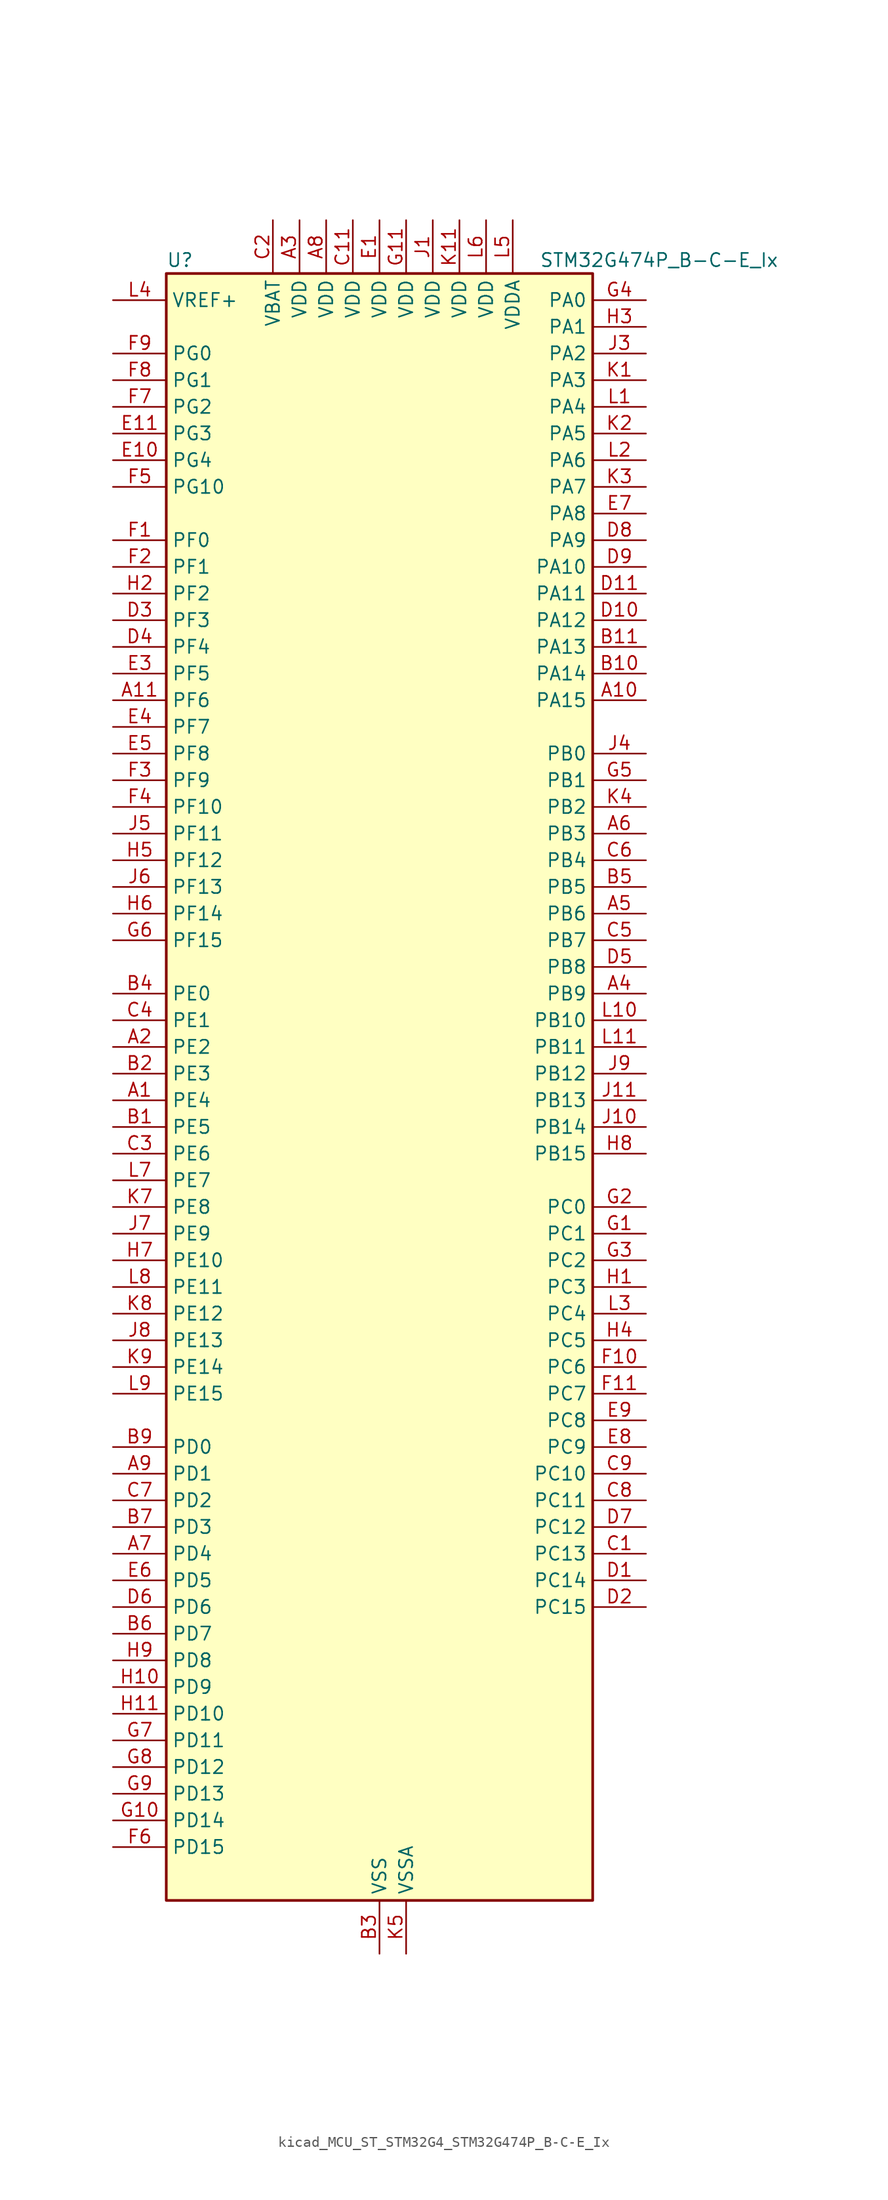
<source format=kicad_sym>
(kicad_symbol_lib
  (version 20220914)
  (generator kicad_symbol_editor)
  (symbol "kicad_MCU_ST_STM32G4_STM32G474P_B-C-E_Ix"
    (property "Reference" "U"
      (at -20.32 80.01 0)
      (effects (font (size 1.27 1.27)) (justify left)))
    (property "Value" "STM32G474P_B-C-E_Ix"
      (at 15.24 80.01 0)
      (effects (font (size 1.27 1.27)) (justify left)))
    (property "ki_locked" ""
      (at 0 0 0)
      (effects (font (size 1.27 1.27))))
    (symbol "kicad_MCU_ST_STM32G4_STM32G474P_B-C-E_Ix_0_1"
      (rectangle (start -20.32 -76.2) (end 20.32 78.74) (stroke (width 0.254) (type default)) (fill (type background))))
    (symbol "kicad_MCU_ST_STM32G4_STM32G474P_B-C-E_Ix_1_1"
      (pin bidirectional line (at -25.4 0 0) (length 5.08) (name "PE4" (effects (font (size 1.27 1.27)))) (number "A1" (effects (font (size 1.27 1.27)))) (alternate "FMC_A20" bidirectional line) (alternate "SAI1_D2" bidirectional line) (alternate "SAI1_FS_A" bidirectional line) (alternate "SPI4_NSS" bidirectional line) (alternate "SYS_TRACED1" bidirectional line) (alternate "TIM20_CH1N" bidirectional line) (alternate "TIM3_CH3" bidirectional line))
      (pin bidirectional line (at 25.4 38.1 180) (length 5.08) (name "PA15" (effects (font (size 1.27 1.27)))) (number "A10" (effects (font (size 1.27 1.27)))) (alternate "ADC1_EXTI15" bidirectional line) (alternate "ADC2_EXTI15" bidirectional line) (alternate "FDCAN3_TX" bidirectional line) (alternate "HRTIM1_FLT2" bidirectional line) (alternate "I2C1_SCL" bidirectional line) (alternate "I2S3_WS" bidirectional line) (alternate "SPI1_NSS" bidirectional line) (alternate "SPI3_NSS" bidirectional line) (alternate "SYS_JTDI" bidirectional line) (alternate "TIM1_BKIN" bidirectional line) (alternate "TIM2_CH1" bidirectional line) (alternate "TIM2_ETR" bidirectional line) (alternate "TIM8_CH1" bidirectional line) (alternate "UART4_DE" bidirectional line) (alternate "UART4_RTS" bidirectional line) (alternate "USART2_RX" bidirectional line))
      (pin bidirectional line (at -25.4 38.1 0) (length 5.08) (name "PF6" (effects (font (size 1.27 1.27)))) (number "A11" (effects (font (size 1.27 1.27)))) (alternate "I2C2_SCL" bidirectional line) (alternate "QUADSPI1_BK1_IO3" bidirectional line) (alternate "SAI1_SD_B" bidirectional line) (alternate "TIM4_CH4" bidirectional line) (alternate "TIM5_CH1" bidirectional line) (alternate "TIM5_ETR" bidirectional line) (alternate "USART3_RTS" bidirectional line))
      (pin bidirectional line (at -25.4 5.08 0) (length 5.08) (name "PE2" (effects (font (size 1.27 1.27)))) (number "A2" (effects (font (size 1.27 1.27)))) (alternate "ADC3_EXTI2" bidirectional line) (alternate "ADC4_EXTI2" bidirectional line) (alternate "ADC5_EXTI2" bidirectional line) (alternate "FMC_A23" bidirectional line) (alternate "SAI1_CK1" bidirectional line) (alternate "SAI1_MCLK_A" bidirectional line) (alternate "SPI4_SCK" bidirectional line) (alternate "SYS_TRACECLK" bidirectional line) (alternate "TIM20_CH1" bidirectional line) (alternate "TIM3_CH1" bidirectional line))
      (pin power_in line (at -7.62 83.82 270) (length 5.08) (name "VDD" (effects (font (size 1.27 1.27)))) (number "A3" (effects (font (size 1.27 1.27)))))
      (pin bidirectional line (at 25.4 10.16 180) (length 5.08) (name "PB9" (effects (font (size 1.27 1.27)))) (number "A4" (effects (font (size 1.27 1.27)))) (alternate "COMP2_OUT" bidirectional line) (alternate "DAC1_EXTI9" bidirectional line) (alternate "DAC2_EXTI9" bidirectional line) (alternate "DAC3_EXTI9" bidirectional line) (alternate "DAC4_EXTI9" bidirectional line) (alternate "FDCAN1_TX" bidirectional line) (alternate "HRTIM1_EEV5" bidirectional line) (alternate "I2C1_SDA" bidirectional line) (alternate "IR_OUT" bidirectional line) (alternate "SAI1_D2" bidirectional line) (alternate "SAI1_FS_A" bidirectional line) (alternate "TIM17_CH1" bidirectional line) (alternate "TIM1_CH3N" bidirectional line) (alternate "TIM4_CH4" bidirectional line) (alternate "TIM8_CH3" bidirectional line) (alternate "USART3_TX" bidirectional line))
      (pin bidirectional line (at 25.4 17.78 180) (length 5.08) (name "PB6" (effects (font (size 1.27 1.27)))) (number "A5" (effects (font (size 1.27 1.27)))) (alternate "COMP4_OUT" bidirectional line) (alternate "FDCAN2_TX" bidirectional line) (alternate "HRTIM1_EEV4" bidirectional line) (alternate "HRTIM1_SCIN" bidirectional line) (alternate "LPTIM1_ETR" bidirectional line) (alternate "SAI1_FS_B" bidirectional line) (alternate "TIM16_CH1N" bidirectional line) (alternate "TIM4_CH1" bidirectional line) (alternate "TIM8_BKIN2" bidirectional line) (alternate "TIM8_CH1" bidirectional line) (alternate "TIM8_ETR" bidirectional line) (alternate "UCPD1_CC1" bidirectional line) (alternate "USART1_TX" bidirectional line))
      (pin bidirectional line (at 25.4 25.4 180) (length 5.08) (name "PB3" (effects (font (size 1.27 1.27)))) (number "A6" (effects (font (size 1.27 1.27)))) (alternate "ADC3_EXTI3" bidirectional line) (alternate "ADC4_EXTI3" bidirectional line) (alternate "ADC5_EXTI3" bidirectional line) (alternate "CRS_SYNC" bidirectional line) (alternate "FDCAN3_RX" bidirectional line) (alternate "HRTIM1_EEV9" bidirectional line) (alternate "HRTIM1_SCOUT" bidirectional line) (alternate "I2S3_CK" bidirectional line) (alternate "SAI1_SCK_B" bidirectional line) (alternate "SPI1_SCK" bidirectional line) (alternate "SPI3_SCK" bidirectional line) (alternate "SYS_JTDO-SWO" bidirectional line) (alternate "TIM2_CH2" bidirectional line) (alternate "TIM3_ETR" bidirectional line) (alternate "TIM4_ETR" bidirectional line) (alternate "TIM8_CH1N" bidirectional line) (alternate "USART2_TX" bidirectional line))
      (pin bidirectional line (at -25.4 -43.18 0) (length 5.08) (name "PD4" (effects (font (size 1.27 1.27)))) (number "A7" (effects (font (size 1.27 1.27)))) (alternate "FMC_NOE" bidirectional line) (alternate "QUADSPI1_BK2_IO0" bidirectional line) (alternate "TIM2_CH2" bidirectional line) (alternate "USART2_DE" bidirectional line) (alternate "USART2_RTS" bidirectional line))
      (pin power_in line (at -5.08 83.82 270) (length 5.08) (name "VDD" (effects (font (size 1.27 1.27)))) (number "A8" (effects (font (size 1.27 1.27)))))
      (pin bidirectional line (at -25.4 -35.56 0) (length 5.08) (name "PD1" (effects (font (size 1.27 1.27)))) (number "A9" (effects (font (size 1.27 1.27)))) (alternate "FDCAN1_TX" bidirectional line) (alternate "FMC_D3" bidirectional line) (alternate "FMC_DA3" bidirectional line) (alternate "TIM8_BKIN2" bidirectional line) (alternate "TIM8_CH4" bidirectional line))
      (pin bidirectional line (at -25.4 -2.54 0) (length 5.08) (name "PE5" (effects (font (size 1.27 1.27)))) (number "B1" (effects (font (size 1.27 1.27)))) (alternate "FMC_A21" bidirectional line) (alternate "SAI1_CK2" bidirectional line) (alternate "SAI1_SCK_A" bidirectional line) (alternate "SPI4_MISO" bidirectional line) (alternate "SYS_TRACED2" bidirectional line) (alternate "TIM20_CH2N" bidirectional line) (alternate "TIM3_CH4" bidirectional line))
      (pin bidirectional line (at 25.4 40.64 180) (length 5.08) (name "PA14" (effects (font (size 1.27 1.27)))) (number "B10" (effects (font (size 1.27 1.27)))) (alternate "I2C1_SDA" bidirectional line) (alternate "I2C4_SMBA" bidirectional line) (alternate "LPTIM1_OUT" bidirectional line) (alternate "SAI1_FS_B" bidirectional line) (alternate "SYS_JTCK-SWCLK" bidirectional line) (alternate "TIM1_BKIN" bidirectional line) (alternate "TIM8_CH2" bidirectional line) (alternate "USART2_TX" bidirectional line))
      (pin bidirectional line (at 25.4 43.18 180) (length 5.08) (name "PA13" (effects (font (size 1.27 1.27)))) (number "B11" (effects (font (size 1.27 1.27)))) (alternate "I2C1_SCL" bidirectional line) (alternate "I2C4_SCL" bidirectional line) (alternate "IR_OUT" bidirectional line) (alternate "SAI1_SD_B" bidirectional line) (alternate "SYS_JTMS-SWDIO" bidirectional line) (alternate "TIM16_CH1N" bidirectional line) (alternate "TIM4_CH3" bidirectional line) (alternate "USART3_CTS" bidirectional line) (alternate "USART3_NSS" bidirectional line))
      (pin bidirectional line (at -25.4 2.54 0) (length 5.08) (name "PE3" (effects (font (size 1.27 1.27)))) (number "B2" (effects (font (size 1.27 1.27)))) (alternate "ADC3_EXTI3" bidirectional line) (alternate "ADC4_EXTI3" bidirectional line) (alternate "ADC5_EXTI3" bidirectional line) (alternate "FMC_A19" bidirectional line) (alternate "SAI1_SD_B" bidirectional line) (alternate "SPI4_NSS" bidirectional line) (alternate "SYS_TRACED0" bidirectional line) (alternate "TIM20_CH2" bidirectional line) (alternate "TIM3_CH2" bidirectional line))
      (pin power_in line (at 0 -81.28 90) (length 5.08) (name "VSS" (effects (font (size 1.27 1.27)))) (number "B3" (effects (font (size 1.27 1.27)))))
      (pin bidirectional line (at -25.4 10.16 0) (length 5.08) (name "PE0" (effects (font (size 1.27 1.27)))) (number "B4" (effects (font (size 1.27 1.27)))) (alternate "FMC_NBL0" bidirectional line) (alternate "TIM16_CH1" bidirectional line) (alternate "TIM20_CH4N" bidirectional line) (alternate "TIM20_ETR" bidirectional line) (alternate "TIM4_ETR" bidirectional line) (alternate "USART1_TX" bidirectional line))
      (pin bidirectional line (at 25.4 20.32 180) (length 5.08) (name "PB5" (effects (font (size 1.27 1.27)))) (number "B5" (effects (font (size 1.27 1.27)))) (alternate "FDCAN2_RX" bidirectional line) (alternate "HRTIM1_EEV6" bidirectional line) (alternate "I2C1_SMBA" bidirectional line) (alternate "I2C3_SDA" bidirectional line) (alternate "I2S3_SD" bidirectional line) (alternate "LPTIM1_IN1" bidirectional line) (alternate "SAI1_SD_B" bidirectional line) (alternate "SPI1_MOSI" bidirectional line) (alternate "SPI3_MOSI" bidirectional line) (alternate "TIM16_BKIN" bidirectional line) (alternate "TIM17_CH1" bidirectional line) (alternate "TIM3_CH2" bidirectional line) (alternate "TIM8_CH3N" bidirectional line) (alternate "UART5_CTS" bidirectional line) (alternate "USART2_CK" bidirectional line))
      (pin bidirectional line (at -25.4 -50.8 0) (length 5.08) (name "PD7" (effects (font (size 1.27 1.27)))) (number "B6" (effects (font (size 1.27 1.27)))) (alternate "FMC_NCE" bidirectional line) (alternate "FMC_NE1" bidirectional line) (alternate "QUADSPI1_BK2_IO3" bidirectional line) (alternate "TIM2_CH3" bidirectional line) (alternate "USART2_CK" bidirectional line))
      (pin bidirectional line (at -25.4 -40.64 0) (length 5.08) (name "PD3" (effects (font (size 1.27 1.27)))) (number "B7" (effects (font (size 1.27 1.27)))) (alternate "ADC3_EXTI3" bidirectional line) (alternate "ADC4_EXTI3" bidirectional line) (alternate "ADC5_EXTI3" bidirectional line) (alternate "FMC_CLK" bidirectional line) (alternate "QUADSPI1_BK2_NCS" bidirectional line) (alternate "TIM2_CH1" bidirectional line) (alternate "TIM2_ETR" bidirectional line) (alternate "USART2_CTS" bidirectional line) (alternate "USART2_NSS" bidirectional line))
      (pin passive line (at 0 -81.28 90) (length 5.08) hide (name "VSS" (effects (font (size 1.27 1.27)))) (number "B8" (effects (font (size 1.27 1.27)))))
      (pin bidirectional line (at -25.4 -33.02 0) (length 5.08) (name "PD0" (effects (font (size 1.27 1.27)))) (number "B9" (effects (font (size 1.27 1.27)))) (alternate "FDCAN1_RX" bidirectional line) (alternate "FMC_D2" bidirectional line) (alternate "FMC_DA2" bidirectional line) (alternate "TIM8_CH4N" bidirectional line))
      (pin bidirectional line (at 25.4 -43.18 180) (length 5.08) (name "PC13" (effects (font (size 1.27 1.27)))) (number "C1" (effects (font (size 1.27 1.27)))) (alternate "RTC_OUT1" bidirectional line) (alternate "RTC_TAMP1" bidirectional line) (alternate "RTC_TS" bidirectional line) (alternate "SYS_WKUP2" bidirectional line) (alternate "TIM1_BKIN" bidirectional line) (alternate "TIM1_CH1N" bidirectional line) (alternate "TIM8_CH4N" bidirectional line))
      (pin passive line (at 0 -81.28 90) (length 5.08) hide (name "VSS" (effects (font (size 1.27 1.27)))) (number "C10" (effects (font (size 1.27 1.27)))))
      (pin power_in line (at -2.54 83.82 270) (length 5.08) (name "VDD" (effects (font (size 1.27 1.27)))) (number "C11" (effects (font (size 1.27 1.27)))))
      (pin power_in line (at -10.16 83.82 270) (length 5.08) (name "VBAT" (effects (font (size 1.27 1.27)))) (number "C2" (effects (font (size 1.27 1.27)))))
      (pin bidirectional line (at -25.4 -5.08 0) (length 5.08) (name "PE6" (effects (font (size 1.27 1.27)))) (number "C3" (effects (font (size 1.27 1.27)))) (alternate "FMC_A22" bidirectional line) (alternate "RTC_TAMP3" bidirectional line) (alternate "SAI1_D1" bidirectional line) (alternate "SAI1_SD_A" bidirectional line) (alternate "SPI4_MOSI" bidirectional line) (alternate "SYS_TRACED3" bidirectional line) (alternate "SYS_WKUP3" bidirectional line) (alternate "TIM20_CH3N" bidirectional line))
      (pin bidirectional line (at -25.4 7.62 0) (length 5.08) (name "PE1" (effects (font (size 1.27 1.27)))) (number "C4" (effects (font (size 1.27 1.27)))) (alternate "FMC_NBL1" bidirectional line) (alternate "TIM17_CH1" bidirectional line) (alternate "TIM20_CH4" bidirectional line) (alternate "USART1_RX" bidirectional line))
      (pin bidirectional line (at 25.4 15.24 180) (length 5.08) (name "PB7" (effects (font (size 1.27 1.27)))) (number "C5" (effects (font (size 1.27 1.27)))) (alternate "COMP3_OUT" bidirectional line) (alternate "FMC_NL" bidirectional line) (alternate "HRTIM1_EEV3" bidirectional line) (alternate "I2C1_SDA" bidirectional line) (alternate "I2C4_SDA" bidirectional line) (alternate "LPTIM1_IN2" bidirectional line) (alternate "SYS_PVD_IN" bidirectional line) (alternate "TIM17_CH1N" bidirectional line) (alternate "TIM3_CH4" bidirectional line) (alternate "TIM4_CH2" bidirectional line) (alternate "TIM8_BKIN" bidirectional line) (alternate "UART4_CTS" bidirectional line) (alternate "USART1_RX" bidirectional line))
      (pin bidirectional line (at 25.4 22.86 180) (length 5.08) (name "PB4" (effects (font (size 1.27 1.27)))) (number "C6" (effects (font (size 1.27 1.27)))) (alternate "FDCAN3_TX" bidirectional line) (alternate "HRTIM1_EEV7" bidirectional line) (alternate "SAI1_MCLK_B" bidirectional line) (alternate "SPI1_MISO" bidirectional line) (alternate "SPI3_MISO" bidirectional line) (alternate "SYS_JTRST" bidirectional line) (alternate "TIM16_CH1" bidirectional line) (alternate "TIM17_BKIN" bidirectional line) (alternate "TIM3_CH1" bidirectional line) (alternate "TIM8_CH2N" bidirectional line) (alternate "UART5_DE" bidirectional line) (alternate "UART5_RTS" bidirectional line) (alternate "UCPD1_CC2" bidirectional line) (alternate "USART2_RX" bidirectional line))
      (pin bidirectional line (at -25.4 -38.1 0) (length 5.08) (name "PD2" (effects (font (size 1.27 1.27)))) (number "C7" (effects (font (size 1.27 1.27)))) (alternate "ADC3_EXTI2" bidirectional line) (alternate "ADC4_EXTI2" bidirectional line) (alternate "ADC5_EXTI2" bidirectional line) (alternate "TIM3_ETR" bidirectional line) (alternate "TIM8_BKIN" bidirectional line) (alternate "UART5_RX" bidirectional line))
      (pin bidirectional line (at 25.4 -38.1 180) (length 5.08) (name "PC11" (effects (font (size 1.27 1.27)))) (number "C8" (effects (font (size 1.27 1.27)))) (alternate "ADC1_EXTI11" bidirectional line) (alternate "ADC2_EXTI11" bidirectional line) (alternate "HRTIM1_EEV2" bidirectional line) (alternate "I2C3_SDA" bidirectional line) (alternate "SPI3_MISO" bidirectional line) (alternate "TIM8_CH2N" bidirectional line) (alternate "UART4_RX" bidirectional line) (alternate "USART3_RX" bidirectional line))
      (pin bidirectional line (at 25.4 -35.56 180) (length 5.08) (name "PC10" (effects (font (size 1.27 1.27)))) (number "C9" (effects (font (size 1.27 1.27)))) (alternate "DAC1_EXTI10" bidirectional line) (alternate "DAC2_EXTI10" bidirectional line) (alternate "DAC3_EXTI10" bidirectional line) (alternate "DAC4_EXTI10" bidirectional line) (alternate "HRTIM1_FLT6" bidirectional line) (alternate "I2S3_CK" bidirectional line) (alternate "SPI3_SCK" bidirectional line) (alternate "TIM8_CH1N" bidirectional line) (alternate "UART4_TX" bidirectional line) (alternate "USART3_TX" bidirectional line))
      (pin bidirectional line (at 25.4 -45.72 180) (length 5.08) (name "PC14" (effects (font (size 1.27 1.27)))) (number "D1" (effects (font (size 1.27 1.27)))) (alternate "RCC_OSC32_IN" bidirectional line))
      (pin bidirectional line (at 25.4 45.72 180) (length 5.08) (name "PA12" (effects (font (size 1.27 1.27)))) (number "D10" (effects (font (size 1.27 1.27)))) (alternate "COMP2_OUT" bidirectional line) (alternate "FDCAN1_TX" bidirectional line) (alternate "HRTIM1_FLT1" bidirectional line) (alternate "I2S_CKIN" bidirectional line) (alternate "TIM16_CH1" bidirectional line) (alternate "TIM1_CH2N" bidirectional line) (alternate "TIM1_ETR" bidirectional line) (alternate "TIM4_CH2" bidirectional line) (alternate "USART1_DE" bidirectional line) (alternate "USART1_RTS" bidirectional line) (alternate "USB_DP" bidirectional line))
      (pin bidirectional line (at 25.4 48.26 180) (length 5.08) (name "PA11" (effects (font (size 1.27 1.27)))) (number "D11" (effects (font (size 1.27 1.27)))) (alternate "ADC1_EXTI11" bidirectional line) (alternate "ADC2_EXTI11" bidirectional line) (alternate "COMP1_OUT" bidirectional line) (alternate "FDCAN1_RX" bidirectional line) (alternate "HRTIM1_CHB2" bidirectional line) (alternate "I2S2_SD" bidirectional line) (alternate "SPI2_MOSI" bidirectional line) (alternate "TIM1_BKIN2" bidirectional line) (alternate "TIM1_CH1N" bidirectional line) (alternate "TIM1_CH4" bidirectional line) (alternate "TIM4_CH1" bidirectional line) (alternate "USART1_CTS" bidirectional line) (alternate "USART1_NSS" bidirectional line) (alternate "USB_DM" bidirectional line))
      (pin bidirectional line (at 25.4 -48.26 180) (length 5.08) (name "PC15" (effects (font (size 1.27 1.27)))) (number "D2" (effects (font (size 1.27 1.27)))) (alternate "ADC1_EXTI15" bidirectional line) (alternate "ADC2_EXTI15" bidirectional line) (alternate "RCC_OSC32_OUT" bidirectional line))
      (pin bidirectional line (at -25.4 45.72 0) (length 5.08) (name "PF3" (effects (font (size 1.27 1.27)))) (number "D3" (effects (font (size 1.27 1.27)))) (alternate "ADC3_EXTI3" bidirectional line) (alternate "ADC4_EXTI3" bidirectional line) (alternate "ADC5_EXTI3" bidirectional line) (alternate "FMC_A3" bidirectional line) (alternate "I2C3_SCL" bidirectional line) (alternate "TIM20_CH4" bidirectional line))
      (pin bidirectional line (at -25.4 43.18 0) (length 5.08) (name "PF4" (effects (font (size 1.27 1.27)))) (number "D4" (effects (font (size 1.27 1.27)))) (alternate "COMP1_OUT" bidirectional line) (alternate "FMC_A4" bidirectional line) (alternate "I2C3_SDA" bidirectional line) (alternate "TIM20_CH1N" bidirectional line))
      (pin bidirectional line (at 25.4 12.7 180) (length 5.08) (name "PB8" (effects (font (size 1.27 1.27)))) (number "D5" (effects (font (size 1.27 1.27)))) (alternate "COMP1_OUT" bidirectional line) (alternate "FDCAN1_RX" bidirectional line) (alternate "HRTIM1_EEV8" bidirectional line) (alternate "I2C1_SCL" bidirectional line) (alternate "SAI1_CK1" bidirectional line) (alternate "SAI1_MCLK_A" bidirectional line) (alternate "TIM16_CH1" bidirectional line) (alternate "TIM1_BKIN" bidirectional line) (alternate "TIM4_CH3" bidirectional line) (alternate "TIM8_CH2" bidirectional line) (alternate "USART3_RX" bidirectional line))
      (pin bidirectional line (at -25.4 -48.26 0) (length 5.08) (name "PD6" (effects (font (size 1.27 1.27)))) (number "D6" (effects (font (size 1.27 1.27)))) (alternate "FMC_NWAIT" bidirectional line) (alternate "QUADSPI1_BK2_IO2" bidirectional line) (alternate "SAI1_D1" bidirectional line) (alternate "SAI1_SD_A" bidirectional line) (alternate "TIM2_CH4" bidirectional line) (alternate "USART2_RX" bidirectional line))
      (pin bidirectional line (at 25.4 -40.64 180) (length 5.08) (name "PC12" (effects (font (size 1.27 1.27)))) (number "D7" (effects (font (size 1.27 1.27)))) (alternate "HRTIM1_EEV1" bidirectional line) (alternate "I2S3_SD" bidirectional line) (alternate "SPI3_MOSI" bidirectional line) (alternate "TIM5_CH2" bidirectional line) (alternate "TIM8_CH3N" bidirectional line) (alternate "UART5_TX" bidirectional line) (alternate "UCPD1_FRSTX1" bidirectional line) (alternate "UCPD1_FRSTX2" bidirectional line) (alternate "USART3_CK" bidirectional line))
      (pin bidirectional line (at 25.4 53.34 180) (length 5.08) (name "PA9" (effects (font (size 1.27 1.27)))) (number "D8" (effects (font (size 1.27 1.27)))) (alternate "ADC5_IN2" bidirectional line) (alternate "COMP5_OUT" bidirectional line) (alternate "DAC1_EXTI9" bidirectional line) (alternate "DAC2_EXTI9" bidirectional line) (alternate "DAC3_EXTI9" bidirectional line) (alternate "DAC4_EXTI9" bidirectional line) (alternate "HRTIM1_CHA2" bidirectional line) (alternate "I2C2_SCL" bidirectional line) (alternate "I2C3_SMBA" bidirectional line) (alternate "I2S3_MCK" bidirectional line) (alternate "SAI1_FS_A" bidirectional line) (alternate "TIM15_BKIN" bidirectional line) (alternate "TIM1_CH2" bidirectional line) (alternate "TIM2_CH3" bidirectional line) (alternate "UCPD1_DBCC1" bidirectional line) (alternate "USART1_TX" bidirectional line))
      (pin bidirectional line (at 25.4 50.8 180) (length 5.08) (name "PA10" (effects (font (size 1.27 1.27)))) (number "D9" (effects (font (size 1.27 1.27)))) (alternate "COMP6_OUT" bidirectional line) (alternate "CRS_SYNC" bidirectional line) (alternate "DAC1_EXTI10" bidirectional line) (alternate "DAC2_EXTI10" bidirectional line) (alternate "DAC3_EXTI10" bidirectional line) (alternate "DAC4_EXTI10" bidirectional line) (alternate "HRTIM1_CHB1" bidirectional line) (alternate "I2C2_SMBA" bidirectional line) (alternate "SAI1_D1" bidirectional line) (alternate "SAI1_SD_A" bidirectional line) (alternate "SPI2_MISO" bidirectional line) (alternate "TIM17_BKIN" bidirectional line) (alternate "TIM1_CH3" bidirectional line) (alternate "TIM2_CH4" bidirectional line) (alternate "TIM8_BKIN" bidirectional line) (alternate "UCPD1_DBCC2" bidirectional line) (alternate "USART1_RX" bidirectional line))
      (pin power_in line (at 0 83.82 270) (length 5.08) (name "VDD" (effects (font (size 1.27 1.27)))) (number "E1" (effects (font (size 1.27 1.27)))))
      (pin bidirectional line (at -25.4 60.96 0) (length 5.08) (name "PG4" (effects (font (size 1.27 1.27)))) (number "E10" (effects (font (size 1.27 1.27)))) (alternate "FMC_A14" bidirectional line) (alternate "I2C4_SDA" bidirectional line) (alternate "SPI1_MOSI" bidirectional line) (alternate "TIM20_BKIN2" bidirectional line))
      (pin bidirectional line (at -25.4 63.5 0) (length 5.08) (name "PG3" (effects (font (size 1.27 1.27)))) (number "E11" (effects (font (size 1.27 1.27)))) (alternate "ADC3_EXTI3" bidirectional line) (alternate "ADC4_EXTI3" bidirectional line) (alternate "ADC5_EXTI3" bidirectional line) (alternate "FMC_A13" bidirectional line) (alternate "I2C4_SCL" bidirectional line) (alternate "SPI1_MISO" bidirectional line) (alternate "TIM20_BKIN" bidirectional line) (alternate "TIM20_CH4N" bidirectional line))
      (pin passive line (at 0 -81.28 90) (length 5.08) hide (name "VSS" (effects (font (size 1.27 1.27)))) (number "E2" (effects (font (size 1.27 1.27)))))
      (pin bidirectional line (at -25.4 40.64 0) (length 5.08) (name "PF5" (effects (font (size 1.27 1.27)))) (number "E3" (effects (font (size 1.27 1.27)))) (alternate "FMC_A5" bidirectional line) (alternate "TIM20_CH2N" bidirectional line))
      (pin bidirectional line (at -25.4 35.56 0) (length 5.08) (name "PF7" (effects (font (size 1.27 1.27)))) (number "E4" (effects (font (size 1.27 1.27)))) (alternate "FMC_A1" bidirectional line) (alternate "QUADSPI1_BK1_IO2" bidirectional line) (alternate "SAI1_MCLK_B" bidirectional line) (alternate "TIM20_BKIN" bidirectional line) (alternate "TIM5_CH2" bidirectional line))
      (pin bidirectional line (at -25.4 33.02 0) (length 5.08) (name "PF8" (effects (font (size 1.27 1.27)))) (number "E5" (effects (font (size 1.27 1.27)))) (alternate "FMC_A24" bidirectional line) (alternate "QUADSPI1_BK1_IO0" bidirectional line) (alternate "SAI1_SCK_B" bidirectional line) (alternate "TIM20_BKIN2" bidirectional line) (alternate "TIM5_CH3" bidirectional line))
      (pin bidirectional line (at -25.4 -45.72 0) (length 5.08) (name "PD5" (effects (font (size 1.27 1.27)))) (number "E6" (effects (font (size 1.27 1.27)))) (alternate "FMC_NWE" bidirectional line) (alternate "QUADSPI1_BK2_IO1" bidirectional line) (alternate "USART2_TX" bidirectional line))
      (pin bidirectional line (at 25.4 55.88 180) (length 5.08) (name "PA8" (effects (font (size 1.27 1.27)))) (number "E7" (effects (font (size 1.27 1.27)))) (alternate "ADC5_IN1" bidirectional line) (alternate "COMP7_OUT" bidirectional line) (alternate "FDCAN3_RX" bidirectional line) (alternate "HRTIM1_CHA1" bidirectional line) (alternate "I2C2_SDA" bidirectional line) (alternate "I2C3_SCL" bidirectional line) (alternate "I2S2_MCK" bidirectional line) (alternate "OPAMP5_VOUT" bidirectional line) (alternate "RCC_MCO" bidirectional line) (alternate "SAI1_CK2" bidirectional line) (alternate "SAI1_SCK_A" bidirectional line) (alternate "TIM1_CH1" bidirectional line) (alternate "TIM4_ETR" bidirectional line) (alternate "USART1_CK" bidirectional line))
      (pin bidirectional line (at 25.4 -33.02 180) (length 5.08) (name "PC9" (effects (font (size 1.27 1.27)))) (number "E8" (effects (font (size 1.27 1.27)))) (alternate "DAC1_EXTI9" bidirectional line) (alternate "DAC2_EXTI9" bidirectional line) (alternate "DAC3_EXTI9" bidirectional line) (alternate "DAC4_EXTI9" bidirectional line) (alternate "HRTIM1_CHE2" bidirectional line) (alternate "I2C3_SDA" bidirectional line) (alternate "I2S_CKIN" bidirectional line) (alternate "TIM3_CH4" bidirectional line) (alternate "TIM8_BKIN2" bidirectional line) (alternate "TIM8_CH4" bidirectional line))
      (pin bidirectional line (at 25.4 -30.48 180) (length 5.08) (name "PC8" (effects (font (size 1.27 1.27)))) (number "E9" (effects (font (size 1.27 1.27)))) (alternate "COMP7_OUT" bidirectional line) (alternate "HRTIM1_CHE1" bidirectional line) (alternate "I2C3_SCL" bidirectional line) (alternate "TIM20_CH3" bidirectional line) (alternate "TIM3_CH3" bidirectional line) (alternate "TIM8_CH3" bidirectional line))
      (pin bidirectional line (at -25.4 53.34 0) (length 5.08) (name "PF0" (effects (font (size 1.27 1.27)))) (number "F1" (effects (font (size 1.27 1.27)))) (alternate "ADC1_IN10" bidirectional line) (alternate "I2C2_SDA" bidirectional line) (alternate "I2S2_WS" bidirectional line) (alternate "RCC_OSC_IN" bidirectional line) (alternate "SPI2_NSS" bidirectional line) (alternate "TIM1_CH3N" bidirectional line))
      (pin bidirectional line (at 25.4 -25.4 180) (length 5.08) (name "PC6" (effects (font (size 1.27 1.27)))) (number "F10" (effects (font (size 1.27 1.27)))) (alternate "COMP6_OUT" bidirectional line) (alternate "HRTIM1_CHF1" bidirectional line) (alternate "HRTIM1_EEV10" bidirectional line) (alternate "I2C4_SCL" bidirectional line) (alternate "I2S2_MCK" bidirectional line) (alternate "TIM3_CH1" bidirectional line) (alternate "TIM8_CH1" bidirectional line))
      (pin bidirectional line (at 25.4 -27.94 180) (length 5.08) (name "PC7" (effects (font (size 1.27 1.27)))) (number "F11" (effects (font (size 1.27 1.27)))) (alternate "COMP5_OUT" bidirectional line) (alternate "HRTIM1_CHF2" bidirectional line) (alternate "HRTIM1_FLT5" bidirectional line) (alternate "I2C4_SDA" bidirectional line) (alternate "I2S3_MCK" bidirectional line) (alternate "TIM3_CH2" bidirectional line) (alternate "TIM8_CH2" bidirectional line))
      (pin bidirectional line (at -25.4 50.8 0) (length 5.08) (name "PF1" (effects (font (size 1.27 1.27)))) (number "F2" (effects (font (size 1.27 1.27)))) (alternate "ADC2_IN10" bidirectional line) (alternate "COMP3_INM" bidirectional line) (alternate "I2S2_CK" bidirectional line) (alternate "RCC_OSC_OUT" bidirectional line) (alternate "SPI2_SCK" bidirectional line))
      (pin bidirectional line (at -25.4 30.48 0) (length 5.08) (name "PF9" (effects (font (size 1.27 1.27)))) (number "F3" (effects (font (size 1.27 1.27)))) (alternate "DAC1_EXTI9" bidirectional line) (alternate "DAC2_EXTI9" bidirectional line) (alternate "DAC3_EXTI9" bidirectional line) (alternate "DAC4_EXTI9" bidirectional line) (alternate "FMC_A25" bidirectional line) (alternate "QUADSPI1_BK1_IO1" bidirectional line) (alternate "SAI1_FS_B" bidirectional line) (alternate "SPI2_SCK" bidirectional line) (alternate "TIM15_CH1" bidirectional line) (alternate "TIM20_BKIN" bidirectional line) (alternate "TIM5_CH4" bidirectional line))
      (pin bidirectional line (at -25.4 27.94 0) (length 5.08) (name "PF10" (effects (font (size 1.27 1.27)))) (number "F4" (effects (font (size 1.27 1.27)))) (alternate "DAC1_EXTI10" bidirectional line) (alternate "DAC2_EXTI10" bidirectional line) (alternate "DAC3_EXTI10" bidirectional line) (alternate "DAC4_EXTI10" bidirectional line) (alternate "FMC_A0" bidirectional line) (alternate "QUADSPI1_CLK" bidirectional line) (alternate "SAI1_D3" bidirectional line) (alternate "SPI2_SCK" bidirectional line) (alternate "TIM15_CH2" bidirectional line) (alternate "TIM20_BKIN2" bidirectional line))
      (pin bidirectional line (at -25.4 58.42 0) (length 5.08) (name "PG10" (effects (font (size 1.27 1.27)))) (number "F5" (effects (font (size 1.27 1.27)))) (alternate "DAC1_EXTI10" bidirectional line) (alternate "DAC2_EXTI10" bidirectional line) (alternate "DAC3_EXTI10" bidirectional line) (alternate "DAC4_EXTI10" bidirectional line) (alternate "RCC_MCO" bidirectional line))
      (pin bidirectional line (at -25.4 -71.12 0) (length 5.08) (name "PD15" (effects (font (size 1.27 1.27)))) (number "F6" (effects (font (size 1.27 1.27)))) (alternate "ADC1_EXTI15" bidirectional line) (alternate "ADC2_EXTI15" bidirectional line) (alternate "COMP7_INM" bidirectional line) (alternate "FMC_D1" bidirectional line) (alternate "FMC_DA1" bidirectional line) (alternate "SPI2_NSS" bidirectional line) (alternate "TIM4_CH4" bidirectional line))
      (pin bidirectional line (at -25.4 66.04 0) (length 5.08) (name "PG2" (effects (font (size 1.27 1.27)))) (number "F7" (effects (font (size 1.27 1.27)))) (alternate "ADC3_EXTI2" bidirectional line) (alternate "ADC4_EXTI2" bidirectional line) (alternate "ADC5_EXTI2" bidirectional line) (alternate "FMC_A12" bidirectional line) (alternate "SPI1_SCK" bidirectional line) (alternate "TIM20_CH3N" bidirectional line))
      (pin bidirectional line (at -25.4 68.58 0) (length 5.08) (name "PG1" (effects (font (size 1.27 1.27)))) (number "F8" (effects (font (size 1.27 1.27)))) (alternate "FMC_A11" bidirectional line) (alternate "TIM20_CH2N" bidirectional line))
      (pin bidirectional line (at -25.4 71.12 0) (length 5.08) (name "PG0" (effects (font (size 1.27 1.27)))) (number "F9" (effects (font (size 1.27 1.27)))) (alternate "FMC_A10" bidirectional line) (alternate "TIM20_CH1N" bidirectional line))
      (pin bidirectional line (at 25.4 -12.7 180) (length 5.08) (name "PC1" (effects (font (size 1.27 1.27)))) (number "G1" (effects (font (size 1.27 1.27)))) (alternate "ADC1_IN7" bidirectional line) (alternate "ADC2_IN7" bidirectional line) (alternate "COMP3_INP" bidirectional line) (alternate "LPTIM1_OUT" bidirectional line) (alternate "LPUART1_TX" bidirectional line) (alternate "QUADSPI1_BK2_IO0" bidirectional line) (alternate "SAI1_SD_A" bidirectional line) (alternate "TIM1_CH2" bidirectional line))
      (pin bidirectional line (at -25.4 -68.58 0) (length 5.08) (name "PD14" (effects (font (size 1.27 1.27)))) (number "G10" (effects (font (size 1.27 1.27)))) (alternate "ADC3_IN11" bidirectional line) (alternate "ADC4_IN11" bidirectional line) (alternate "ADC5_IN11" bidirectional line) (alternate "COMP7_INP" bidirectional line) (alternate "FMC_D0" bidirectional line) (alternate "FMC_DA0" bidirectional line) (alternate "OPAMP2_VINP" bidirectional line) (alternate "OPAMP2_VINP_SEC" bidirectional line) (alternate "TIM4_CH3" bidirectional line))
      (pin power_in line (at 2.54 83.82 270) (length 5.08) (name "VDD" (effects (font (size 1.27 1.27)))) (number "G11" (effects (font (size 1.27 1.27)))))
      (pin bidirectional line (at 25.4 -10.16 180) (length 5.08) (name "PC0" (effects (font (size 1.27 1.27)))) (number "G2" (effects (font (size 1.27 1.27)))) (alternate "ADC1_IN6" bidirectional line) (alternate "ADC2_IN6" bidirectional line) (alternate "COMP3_INM" bidirectional line) (alternate "LPTIM1_IN1" bidirectional line) (alternate "LPUART1_RX" bidirectional line) (alternate "TIM1_CH1" bidirectional line))
      (pin bidirectional line (at 25.4 -15.24 180) (length 5.08) (name "PC2" (effects (font (size 1.27 1.27)))) (number "G3" (effects (font (size 1.27 1.27)))) (alternate "ADC1_IN8" bidirectional line) (alternate "ADC2_IN8" bidirectional line) (alternate "ADC3_EXTI2" bidirectional line) (alternate "ADC4_EXTI2" bidirectional line) (alternate "ADC5_EXTI2" bidirectional line) (alternate "COMP3_OUT" bidirectional line) (alternate "LPTIM1_IN2" bidirectional line) (alternate "QUADSPI1_BK2_IO1" bidirectional line) (alternate "TIM1_CH3" bidirectional line) (alternate "TIM20_CH2" bidirectional line))
      (pin bidirectional line (at 25.4 76.2 180) (length 5.08) (name "PA0" (effects (font (size 1.27 1.27)))) (number "G4" (effects (font (size 1.27 1.27)))) (alternate "ADC1_IN1" bidirectional line) (alternate "ADC2_IN1" bidirectional line) (alternate "COMP1_INM" bidirectional line) (alternate "COMP1_OUT" bidirectional line) (alternate "COMP3_INP" bidirectional line) (alternate "RTC_TAMP2" bidirectional line) (alternate "SYS_WKUP1" bidirectional line) (alternate "TIM2_CH1" bidirectional line) (alternate "TIM2_ETR" bidirectional line) (alternate "TIM5_CH1" bidirectional line) (alternate "TIM8_BKIN" bidirectional line) (alternate "TIM8_ETR" bidirectional line) (alternate "USART2_CTS" bidirectional line) (alternate "USART2_NSS" bidirectional line))
      (pin bidirectional line (at 25.4 30.48 180) (length 5.08) (name "PB1" (effects (font (size 1.27 1.27)))) (number "G5" (effects (font (size 1.27 1.27)))) (alternate "ADC1_IN12" bidirectional line) (alternate "ADC3_IN1" bidirectional line) (alternate "COMP1_INP" bidirectional line) (alternate "COMP4_OUT" bidirectional line) (alternate "HRTIM1_SCOUT" bidirectional line) (alternate "LPUART1_DE" bidirectional line) (alternate "LPUART1_RTS" bidirectional line) (alternate "OPAMP3_VOUT" bidirectional line) (alternate "OPAMP6_VINM" bidirectional line) (alternate "OPAMP6_VINM1" bidirectional line) (alternate "OPAMP6_VINM_SEC" bidirectional line) (alternate "QUADSPI1_BK1_IO0" bidirectional line) (alternate "TIM1_CH3N" bidirectional line) (alternate "TIM3_CH4" bidirectional line) (alternate "TIM8_CH3N" bidirectional line))
      (pin bidirectional line (at -25.4 15.24 0) (length 5.08) (name "PF15" (effects (font (size 1.27 1.27)))) (number "G6" (effects (font (size 1.27 1.27)))) (alternate "ADC1_EXTI15" bidirectional line) (alternate "ADC2_EXTI15" bidirectional line) (alternate "FMC_A9" bidirectional line) (alternate "I2C4_SDA" bidirectional line) (alternate "TIM20_CH4" bidirectional line))
      (pin bidirectional line (at -25.4 -60.96 0) (length 5.08) (name "PD11" (effects (font (size 1.27 1.27)))) (number "G7" (effects (font (size 1.27 1.27)))) (alternate "ADC1_EXTI11" bidirectional line) (alternate "ADC2_EXTI11" bidirectional line) (alternate "ADC3_IN8" bidirectional line) (alternate "ADC4_IN8" bidirectional line) (alternate "ADC5_IN8" bidirectional line) (alternate "COMP6_INP" bidirectional line) (alternate "FMC_A16" bidirectional line) (alternate "FMC_CLE" bidirectional line) (alternate "I2C4_SMBA" bidirectional line) (alternate "OPAMP4_VINP" bidirectional line) (alternate "OPAMP4_VINP_SEC" bidirectional line) (alternate "TIM5_ETR" bidirectional line) (alternate "USART3_CTS" bidirectional line) (alternate "USART3_NSS" bidirectional line))
      (pin bidirectional line (at -25.4 -63.5 0) (length 5.08) (name "PD12" (effects (font (size 1.27 1.27)))) (number "G8" (effects (font (size 1.27 1.27)))) (alternate "ADC3_IN9" bidirectional line) (alternate "ADC4_IN9" bidirectional line) (alternate "ADC5_IN9" bidirectional line) (alternate "COMP5_INP" bidirectional line) (alternate "FMC_A17" bidirectional line) (alternate "FMC_ALE" bidirectional line) (alternate "OPAMP5_VINP" bidirectional line) (alternate "OPAMP5_VINP_SEC" bidirectional line) (alternate "TIM4_CH1" bidirectional line) (alternate "USART3_DE" bidirectional line) (alternate "USART3_RTS" bidirectional line))
      (pin bidirectional line (at -25.4 -66.04 0) (length 5.08) (name "PD13" (effects (font (size 1.27 1.27)))) (number "G9" (effects (font (size 1.27 1.27)))) (alternate "ADC3_IN10" bidirectional line) (alternate "ADC4_IN10" bidirectional line) (alternate "ADC5_IN10" bidirectional line) (alternate "COMP5_INM" bidirectional line) (alternate "FMC_A18" bidirectional line) (alternate "TIM4_CH2" bidirectional line))
      (pin bidirectional line (at 25.4 -17.78 180) (length 5.08) (name "PC3" (effects (font (size 1.27 1.27)))) (number "H1" (effects (font (size 1.27 1.27)))) (alternate "ADC1_IN9" bidirectional line) (alternate "ADC2_IN9" bidirectional line) (alternate "ADC3_EXTI3" bidirectional line) (alternate "ADC4_EXTI3" bidirectional line) (alternate "ADC5_EXTI3" bidirectional line) (alternate "LPTIM1_ETR" bidirectional line) (alternate "OPAMP5_VINP" bidirectional line) (alternate "OPAMP5_VINP_SEC" bidirectional line) (alternate "QUADSPI1_BK2_IO2" bidirectional line) (alternate "SAI1_D1" bidirectional line) (alternate "SAI1_SD_A" bidirectional line) (alternate "TIM1_BKIN2" bidirectional line) (alternate "TIM1_CH4" bidirectional line))
      (pin bidirectional line (at -25.4 -55.88 0) (length 5.08) (name "PD9" (effects (font (size 1.27 1.27)))) (number "H10" (effects (font (size 1.27 1.27)))) (alternate "ADC4_IN13" bidirectional line) (alternate "ADC5_IN13" bidirectional line) (alternate "DAC1_EXTI9" bidirectional line) (alternate "DAC2_EXTI9" bidirectional line) (alternate "DAC3_EXTI9" bidirectional line) (alternate "DAC4_EXTI9" bidirectional line) (alternate "FMC_D14" bidirectional line) (alternate "FMC_DA14" bidirectional line) (alternate "OPAMP6_VINP" bidirectional line) (alternate "OPAMP6_VINP_SEC" bidirectional line) (alternate "USART3_RX" bidirectional line))
      (pin bidirectional line (at -25.4 -58.42 0) (length 5.08) (name "PD10" (effects (font (size 1.27 1.27)))) (number "H11" (effects (font (size 1.27 1.27)))) (alternate "ADC3_IN7" bidirectional line) (alternate "ADC4_IN7" bidirectional line) (alternate "ADC5_IN7" bidirectional line) (alternate "COMP6_INM" bidirectional line) (alternate "DAC1_EXTI10" bidirectional line) (alternate "DAC2_EXTI10" bidirectional line) (alternate "DAC3_EXTI10" bidirectional line) (alternate "DAC4_EXTI10" bidirectional line) (alternate "FMC_D15" bidirectional line) (alternate "FMC_DA15" bidirectional line) (alternate "USART3_CK" bidirectional line))
      (pin bidirectional line (at -25.4 48.26 0) (length 5.08) (name "PF2" (effects (font (size 1.27 1.27)))) (number "H2" (effects (font (size 1.27 1.27)))) (alternate "ADC3_EXTI2" bidirectional line) (alternate "ADC4_EXTI2" bidirectional line) (alternate "ADC5_EXTI2" bidirectional line) (alternate "FMC_A2" bidirectional line) (alternate "I2C2_SMBA" bidirectional line) (alternate "TIM20_CH3" bidirectional line))
      (pin bidirectional line (at 25.4 73.66 180) (length 5.08) (name "PA1" (effects (font (size 1.27 1.27)))) (number "H3" (effects (font (size 1.27 1.27)))) (alternate "ADC1_IN2" bidirectional line) (alternate "ADC2_IN2" bidirectional line) (alternate "COMP1_INP" bidirectional line) (alternate "OPAMP1_VINP" bidirectional line) (alternate "OPAMP1_VINP_SEC" bidirectional line) (alternate "OPAMP3_VINP" bidirectional line) (alternate "OPAMP3_VINP_SEC" bidirectional line) (alternate "OPAMP6_VINM" bidirectional line) (alternate "OPAMP6_VINM0" bidirectional line) (alternate "OPAMP6_VINM_SEC" bidirectional line) (alternate "RTC_REFIN" bidirectional line) (alternate "TIM15_CH1N" bidirectional line) (alternate "TIM2_CH2" bidirectional line) (alternate "TIM5_CH2" bidirectional line) (alternate "USART2_DE" bidirectional line) (alternate "USART2_RTS" bidirectional line))
      (pin bidirectional line (at 25.4 -22.86 180) (length 5.08) (name "PC5" (effects (font (size 1.27 1.27)))) (number "H4" (effects (font (size 1.27 1.27)))) (alternate "ADC2_IN11" bidirectional line) (alternate "HRTIM1_EEV10" bidirectional line) (alternate "OPAMP1_VINM" bidirectional line) (alternate "OPAMP1_VINM1" bidirectional line) (alternate "OPAMP1_VINM_SEC" bidirectional line) (alternate "OPAMP2_VINM" bidirectional line) (alternate "OPAMP2_VINM1" bidirectional line) (alternate "OPAMP2_VINM_SEC" bidirectional line) (alternate "SAI1_D3" bidirectional line) (alternate "SYS_WKUP5" bidirectional line) (alternate "TIM15_BKIN" bidirectional line) (alternate "TIM1_CH4N" bidirectional line) (alternate "USART1_RX" bidirectional line))
      (pin bidirectional line (at -25.4 22.86 0) (length 5.08) (name "PF12" (effects (font (size 1.27 1.27)))) (number "H5" (effects (font (size 1.27 1.27)))) (alternate "FMC_A6" bidirectional line) (alternate "TIM20_CH1" bidirectional line))
      (pin bidirectional line (at -25.4 17.78 0) (length 5.08) (name "PF14" (effects (font (size 1.27 1.27)))) (number "H6" (effects (font (size 1.27 1.27)))) (alternate "FMC_A8" bidirectional line) (alternate "I2C4_SCL" bidirectional line) (alternate "TIM20_CH3" bidirectional line))
      (pin bidirectional line (at -25.4 -15.24 0) (length 5.08) (name "PE10" (effects (font (size 1.27 1.27)))) (number "H7" (effects (font (size 1.27 1.27)))) (alternate "ADC3_IN14" bidirectional line) (alternate "ADC4_IN14" bidirectional line) (alternate "ADC5_IN14" bidirectional line) (alternate "DAC1_EXTI10" bidirectional line) (alternate "DAC2_EXTI10" bidirectional line) (alternate "DAC3_EXTI10" bidirectional line) (alternate "DAC4_EXTI10" bidirectional line) (alternate "FMC_D7" bidirectional line) (alternate "FMC_DA7" bidirectional line) (alternate "QUADSPI1_CLK" bidirectional line) (alternate "SAI1_MCLK_B" bidirectional line) (alternate "TIM1_CH2N" bidirectional line))
      (pin bidirectional line (at 25.4 -5.08 180) (length 5.08) (name "PB15" (effects (font (size 1.27 1.27)))) (number "H8" (effects (font (size 1.27 1.27)))) (alternate "ADC1_EXTI15" bidirectional line) (alternate "ADC2_EXTI15" bidirectional line) (alternate "ADC2_IN15" bidirectional line) (alternate "ADC4_IN5" bidirectional line) (alternate "COMP3_OUT" bidirectional line) (alternate "COMP6_INM" bidirectional line) (alternate "HRTIM1_CHD2" bidirectional line) (alternate "I2S2_SD" bidirectional line) (alternate "OPAMP5_VINM" bidirectional line) (alternate "OPAMP5_VINM0" bidirectional line) (alternate "OPAMP5_VINM_SEC" bidirectional line) (alternate "RTC_REFIN" bidirectional line) (alternate "SPI2_MOSI" bidirectional line) (alternate "TIM15_CH1N" bidirectional line) (alternate "TIM15_CH2" bidirectional line) (alternate "TIM1_CH3N" bidirectional line))
      (pin bidirectional line (at -25.4 -53.34 0) (length 5.08) (name "PD8" (effects (font (size 1.27 1.27)))) (number "H9" (effects (font (size 1.27 1.27)))) (alternate "ADC4_IN12" bidirectional line) (alternate "ADC5_IN12" bidirectional line) (alternate "FMC_D13" bidirectional line) (alternate "FMC_DA13" bidirectional line) (alternate "OPAMP4_VINM" bidirectional line) (alternate "OPAMP4_VINM1" bidirectional line) (alternate "OPAMP4_VINM_SEC" bidirectional line) (alternate "USART3_TX" bidirectional line))
      (pin power_in line (at 5.08 83.82 270) (length 5.08) (name "VDD" (effects (font (size 1.27 1.27)))) (number "J1" (effects (font (size 1.27 1.27)))))
      (pin bidirectional line (at 25.4 -2.54 180) (length 5.08) (name "PB14" (effects (font (size 1.27 1.27)))) (number "J10" (effects (font (size 1.27 1.27)))) (alternate "ADC1_IN5" bidirectional line) (alternate "ADC4_IN4" bidirectional line) (alternate "COMP4_OUT" bidirectional line) (alternate "COMP7_INP" bidirectional line) (alternate "HRTIM1_CHD1" bidirectional line) (alternate "OPAMP2_VINP" bidirectional line) (alternate "OPAMP2_VINP_SEC" bidirectional line) (alternate "OPAMP5_VINP" bidirectional line) (alternate "OPAMP5_VINP_SEC" bidirectional line) (alternate "SPI2_MISO" bidirectional line) (alternate "TIM15_CH1" bidirectional line) (alternate "TIM1_CH2N" bidirectional line) (alternate "USART3_DE" bidirectional line) (alternate "USART3_RTS" bidirectional line))
      (pin bidirectional line (at 25.4 0 180) (length 5.08) (name "PB13" (effects (font (size 1.27 1.27)))) (number "J11" (effects (font (size 1.27 1.27)))) (alternate "ADC3_IN5" bidirectional line) (alternate "COMP5_INP" bidirectional line) (alternate "FDCAN2_TX" bidirectional line) (alternate "HRTIM1_CHC2" bidirectional line) (alternate "I2S2_CK" bidirectional line) (alternate "LPUART1_CTS" bidirectional line) (alternate "OPAMP3_VINP" bidirectional line) (alternate "OPAMP3_VINP_SEC" bidirectional line) (alternate "OPAMP4_VINP" bidirectional line) (alternate "OPAMP4_VINP_SEC" bidirectional line) (alternate "OPAMP6_VINP" bidirectional line) (alternate "OPAMP6_VINP_SEC" bidirectional line) (alternate "SPI2_SCK" bidirectional line) (alternate "TIM1_CH1N" bidirectional line) (alternate "USART3_CTS" bidirectional line) (alternate "USART3_NSS" bidirectional line))
      (pin passive line (at 0 -81.28 90) (length 5.08) hide (name "VSS" (effects (font (size 1.27 1.27)))) (number "J2" (effects (font (size 1.27 1.27)))))
      (pin bidirectional line (at 25.4 71.12 180) (length 5.08) (name "PA2" (effects (font (size 1.27 1.27)))) (number "J3" (effects (font (size 1.27 1.27)))) (alternate "ADC1_IN3" bidirectional line) (alternate "ADC3_EXTI2" bidirectional line) (alternate "ADC4_EXTI2" bidirectional line) (alternate "ADC5_EXTI2" bidirectional line) (alternate "COMP2_INM" bidirectional line) (alternate "COMP2_OUT" bidirectional line) (alternate "LPUART1_TX" bidirectional line) (alternate "OPAMP1_VOUT" bidirectional line) (alternate "QUADSPI1_BK1_NCS" bidirectional line) (alternate "RCC_LSCO" bidirectional line) (alternate "SYS_WKUP4" bidirectional line) (alternate "TIM15_CH1" bidirectional line) (alternate "TIM2_CH3" bidirectional line) (alternate "TIM5_CH3" bidirectional line) (alternate "UCPD1_FRSTX1" bidirectional line) (alternate "UCPD1_FRSTX2" bidirectional line) (alternate "USART2_TX" bidirectional line))
      (pin bidirectional line (at 25.4 33.02 180) (length 5.08) (name "PB0" (effects (font (size 1.27 1.27)))) (number "J4" (effects (font (size 1.27 1.27)))) (alternate "ADC1_IN15" bidirectional line) (alternate "ADC3_IN12" bidirectional line) (alternate "COMP4_INP" bidirectional line) (alternate "HRTIM1_FLT5" bidirectional line) (alternate "OPAMP2_VINP" bidirectional line) (alternate "OPAMP2_VINP_SEC" bidirectional line) (alternate "OPAMP3_VINP" bidirectional line) (alternate "OPAMP3_VINP_SEC" bidirectional line) (alternate "QUADSPI1_BK1_IO1" bidirectional line) (alternate "TIM1_CH2N" bidirectional line) (alternate "TIM3_CH3" bidirectional line) (alternate "TIM8_CH2N" bidirectional line) (alternate "UCPD1_FRSTX1" bidirectional line) (alternate "UCPD1_FRSTX2" bidirectional line))
      (pin bidirectional line (at -25.4 25.4 0) (length 5.08) (name "PF11" (effects (font (size 1.27 1.27)))) (number "J5" (effects (font (size 1.27 1.27)))) (alternate "ADC1_EXTI11" bidirectional line) (alternate "ADC2_EXTI11" bidirectional line) (alternate "FMC_NE4" bidirectional line) (alternate "TIM20_ETR" bidirectional line))
      (pin bidirectional line (at -25.4 20.32 0) (length 5.08) (name "PF13" (effects (font (size 1.27 1.27)))) (number "J6" (effects (font (size 1.27 1.27)))) (alternate "FMC_A7" bidirectional line) (alternate "I2C4_SMBA" bidirectional line) (alternate "TIM20_CH2" bidirectional line))
      (pin bidirectional line (at -25.4 -12.7 0) (length 5.08) (name "PE9" (effects (font (size 1.27 1.27)))) (number "J7" (effects (font (size 1.27 1.27)))) (alternate "ADC3_IN2" bidirectional line) (alternate "DAC1_EXTI9" bidirectional line) (alternate "DAC2_EXTI9" bidirectional line) (alternate "DAC3_EXTI9" bidirectional line) (alternate "DAC4_EXTI9" bidirectional line) (alternate "FMC_D6" bidirectional line) (alternate "FMC_DA6" bidirectional line) (alternate "SAI1_FS_B" bidirectional line) (alternate "TIM1_CH1" bidirectional line) (alternate "TIM5_CH4" bidirectional line))
      (pin bidirectional line (at -25.4 -22.86 0) (length 5.08) (name "PE13" (effects (font (size 1.27 1.27)))) (number "J8" (effects (font (size 1.27 1.27)))) (alternate "ADC3_IN3" bidirectional line) (alternate "FMC_D10" bidirectional line) (alternate "FMC_DA10" bidirectional line) (alternate "QUADSPI1_BK1_IO1" bidirectional line) (alternate "SPI4_MISO" bidirectional line) (alternate "TIM1_CH3" bidirectional line))
      (pin bidirectional line (at 25.4 2.54 180) (length 5.08) (name "PB12" (effects (font (size 1.27 1.27)))) (number "J9" (effects (font (size 1.27 1.27)))) (alternate "ADC1_IN11" bidirectional line) (alternate "ADC4_IN3" bidirectional line) (alternate "COMP7_INM" bidirectional line) (alternate "FDCAN2_RX" bidirectional line) (alternate "HRTIM1_CHC1" bidirectional line) (alternate "I2C2_SMBA" bidirectional line) (alternate "I2S2_WS" bidirectional line) (alternate "LPUART1_DE" bidirectional line) (alternate "LPUART1_RTS" bidirectional line) (alternate "OPAMP4_VOUT" bidirectional line) (alternate "OPAMP6_VINP" bidirectional line) (alternate "OPAMP6_VINP_SEC" bidirectional line) (alternate "SPI2_NSS" bidirectional line) (alternate "TIM1_BKIN" bidirectional line) (alternate "TIM5_ETR" bidirectional line) (alternate "USART3_CK" bidirectional line))
      (pin bidirectional line (at 25.4 68.58 180) (length 5.08) (name "PA3" (effects (font (size 1.27 1.27)))) (number "K1" (effects (font (size 1.27 1.27)))) (alternate "ADC1_IN4" bidirectional line) (alternate "ADC3_EXTI3" bidirectional line) (alternate "ADC4_EXTI3" bidirectional line) (alternate "ADC5_EXTI3" bidirectional line) (alternate "COMP2_INP" bidirectional line) (alternate "LPUART1_RX" bidirectional line) (alternate "OPAMP1_VINM" bidirectional line) (alternate "OPAMP1_VINM0" bidirectional line) (alternate "OPAMP1_VINM_SEC" bidirectional line) (alternate "OPAMP1_VINP" bidirectional line) (alternate "OPAMP1_VINP_SEC" bidirectional line) (alternate "OPAMP5_VINM" bidirectional line) (alternate "OPAMP5_VINM1" bidirectional line) (alternate "OPAMP5_VINM_SEC" bidirectional line) (alternate "QUADSPI1_CLK" bidirectional line) (alternate "SAI1_CK1" bidirectional line) (alternate "SAI1_MCLK_A" bidirectional line) (alternate "TIM15_CH2" bidirectional line) (alternate "TIM2_CH4" bidirectional line) (alternate "TIM5_CH4" bidirectional line) (alternate "USART2_RX" bidirectional line))
      (pin passive line (at 0 -81.28 90) (length 5.08) hide (name "VSS" (effects (font (size 1.27 1.27)))) (number "K10" (effects (font (size 1.27 1.27)))))
      (pin power_in line (at 7.62 83.82 270) (length 5.08) (name "VDD" (effects (font (size 1.27 1.27)))) (number "K11" (effects (font (size 1.27 1.27)))))
      (pin bidirectional line (at 25.4 63.5 180) (length 5.08) (name "PA5" (effects (font (size 1.27 1.27)))) (number "K2" (effects (font (size 1.27 1.27)))) (alternate "ADC2_IN13" bidirectional line) (alternate "COMP2_INM" bidirectional line) (alternate "DAC1_OUT2" bidirectional line) (alternate "OPAMP2_VINM" bidirectional line) (alternate "OPAMP2_VINM0" bidirectional line) (alternate "OPAMP2_VINM_SEC" bidirectional line) (alternate "SPI1_SCK" bidirectional line) (alternate "TIM2_CH1" bidirectional line) (alternate "TIM2_ETR" bidirectional line) (alternate "UCPD1_FRSTX1" bidirectional line) (alternate "UCPD1_FRSTX2" bidirectional line))
      (pin bidirectional line (at 25.4 58.42 180) (length 5.08) (name "PA7" (effects (font (size 1.27 1.27)))) (number "K3" (effects (font (size 1.27 1.27)))) (alternate "ADC2_IN4" bidirectional line) (alternate "COMP2_INP" bidirectional line) (alternate "COMP2_OUT" bidirectional line) (alternate "OPAMP1_VINP" bidirectional line) (alternate "OPAMP1_VINP_SEC" bidirectional line) (alternate "OPAMP2_VINP" bidirectional line) (alternate "OPAMP2_VINP_SEC" bidirectional line) (alternate "QUADSPI1_BK1_IO2" bidirectional line) (alternate "SPI1_MOSI" bidirectional line) (alternate "TIM17_CH1" bidirectional line) (alternate "TIM1_CH1N" bidirectional line) (alternate "TIM3_CH2" bidirectional line) (alternate "TIM8_CH1N" bidirectional line) (alternate "UCPD1_FRSTX1" bidirectional line) (alternate "UCPD1_FRSTX2" bidirectional line))
      (pin bidirectional line (at 25.4 27.94 180) (length 5.08) (name "PB2" (effects (font (size 1.27 1.27)))) (number "K4" (effects (font (size 1.27 1.27)))) (alternate "ADC2_IN12" bidirectional line) (alternate "ADC3_EXTI2" bidirectional line) (alternate "ADC4_EXTI2" bidirectional line) (alternate "ADC5_EXTI2" bidirectional line) (alternate "COMP4_INM" bidirectional line) (alternate "HRTIM1_SCIN" bidirectional line) (alternate "I2C3_SMBA" bidirectional line) (alternate "LPTIM1_OUT" bidirectional line) (alternate "OPAMP3_VINM" bidirectional line) (alternate "OPAMP3_VINM0" bidirectional line) (alternate "OPAMP3_VINM_SEC" bidirectional line) (alternate "QUADSPI1_BK2_IO1" bidirectional line) (alternate "RTC_OUT2" bidirectional line) (alternate "TIM20_CH1" bidirectional line) (alternate "TIM5_CH1" bidirectional line))
      (pin power_in line (at 2.54 -81.28 90) (length 5.08) (name "VSSA" (effects (font (size 1.27 1.27)))) (number "K5" (effects (font (size 1.27 1.27)))))
      (pin passive line (at 0 -81.28 90) (length 5.08) hide (name "VSS" (effects (font (size 1.27 1.27)))) (number "K6" (effects (font (size 1.27 1.27)))))
      (pin bidirectional line (at -25.4 -10.16 0) (length 5.08) (name "PE8" (effects (font (size 1.27 1.27)))) (number "K7" (effects (font (size 1.27 1.27)))) (alternate "ADC3_IN6" bidirectional line) (alternate "ADC4_IN6" bidirectional line) (alternate "ADC5_IN6" bidirectional line) (alternate "COMP4_INM" bidirectional line) (alternate "FMC_D5" bidirectional line) (alternate "FMC_DA5" bidirectional line) (alternate "SAI1_SCK_B" bidirectional line) (alternate "TIM1_CH1N" bidirectional line) (alternate "TIM5_CH3" bidirectional line))
      (pin bidirectional line (at -25.4 -20.32 0) (length 5.08) (name "PE12" (effects (font (size 1.27 1.27)))) (number "K8" (effects (font (size 1.27 1.27)))) (alternate "ADC3_IN16" bidirectional line) (alternate "ADC4_IN16" bidirectional line) (alternate "ADC5_IN16" bidirectional line) (alternate "FMC_D9" bidirectional line) (alternate "FMC_DA9" bidirectional line) (alternate "QUADSPI1_BK1_IO0" bidirectional line) (alternate "SPI4_SCK" bidirectional line) (alternate "TIM1_CH3N" bidirectional line))
      (pin bidirectional line (at -25.4 -25.4 0) (length 5.08) (name "PE14" (effects (font (size 1.27 1.27)))) (number "K9" (effects (font (size 1.27 1.27)))) (alternate "ADC4_IN1" bidirectional line) (alternate "FMC_D11" bidirectional line) (alternate "FMC_DA11" bidirectional line) (alternate "QUADSPI1_BK1_IO2" bidirectional line) (alternate "SPI4_MOSI" bidirectional line) (alternate "TIM1_BKIN2" bidirectional line) (alternate "TIM1_CH4" bidirectional line))
      (pin bidirectional line (at 25.4 66.04 180) (length 5.08) (name "PA4" (effects (font (size 1.27 1.27)))) (number "L1" (effects (font (size 1.27 1.27)))) (alternate "ADC2_IN17" bidirectional line) (alternate "COMP1_INM" bidirectional line) (alternate "DAC1_OUT1" bidirectional line) (alternate "I2S3_WS" bidirectional line) (alternate "SAI1_FS_B" bidirectional line) (alternate "SPI1_NSS" bidirectional line) (alternate "SPI3_NSS" bidirectional line) (alternate "TIM3_CH2" bidirectional line) (alternate "USART2_CK" bidirectional line))
      (pin bidirectional line (at 25.4 7.62 180) (length 5.08) (name "PB10" (effects (font (size 1.27 1.27)))) (number "L10" (effects (font (size 1.27 1.27)))) (alternate "COMP5_INM" bidirectional line) (alternate "DAC1_EXTI10" bidirectional line) (alternate "DAC2_EXTI10" bidirectional line) (alternate "DAC3_EXTI10" bidirectional line) (alternate "DAC4_EXTI10" bidirectional line) (alternate "HRTIM1_FLT3" bidirectional line) (alternate "LPUART1_RX" bidirectional line) (alternate "OPAMP3_VINM" bidirectional line) (alternate "OPAMP3_VINM1" bidirectional line) (alternate "OPAMP3_VINM_SEC" bidirectional line) (alternate "OPAMP4_VINM" bidirectional line) (alternate "OPAMP4_VINM0" bidirectional line) (alternate "OPAMP4_VINM_SEC" bidirectional line) (alternate "QUADSPI1_CLK" bidirectional line) (alternate "SAI1_SCK_A" bidirectional line) (alternate "TIM1_BKIN" bidirectional line) (alternate "TIM2_CH3" bidirectional line) (alternate "USART3_TX" bidirectional line))
      (pin bidirectional line (at 25.4 5.08 180) (length 5.08) (name "PB11" (effects (font (size 1.27 1.27)))) (number "L11" (effects (font (size 1.27 1.27)))) (alternate "ADC1_EXTI11" bidirectional line) (alternate "ADC1_IN14" bidirectional line) (alternate "ADC2_EXTI11" bidirectional line) (alternate "ADC2_IN14" bidirectional line) (alternate "COMP6_INP" bidirectional line) (alternate "HRTIM1_FLT4" bidirectional line) (alternate "LPUART1_TX" bidirectional line) (alternate "OPAMP4_VINP" bidirectional line) (alternate "OPAMP4_VINP_SEC" bidirectional line) (alternate "OPAMP6_VOUT" bidirectional line) (alternate "QUADSPI1_BK1_NCS" bidirectional line) (alternate "TIM2_CH4" bidirectional line) (alternate "USART3_RX" bidirectional line))
      (pin bidirectional line (at 25.4 60.96 180) (length 5.08) (name "PA6" (effects (font (size 1.27 1.27)))) (number "L2" (effects (font (size 1.27 1.27)))) (alternate "ADC2_IN3" bidirectional line) (alternate "COMP1_OUT" bidirectional line) (alternate "DAC2_OUT1" bidirectional line) (alternate "LPUART1_CTS" bidirectional line) (alternate "OPAMP2_VOUT" bidirectional line) (alternate "QUADSPI1_BK1_IO3" bidirectional line) (alternate "SPI1_MISO" bidirectional line) (alternate "TIM16_CH1" bidirectional line) (alternate "TIM1_BKIN" bidirectional line) (alternate "TIM3_CH1" bidirectional line) (alternate "TIM8_BKIN" bidirectional line))
      (pin bidirectional line (at 25.4 -20.32 180) (length 5.08) (name "PC4" (effects (font (size 1.27 1.27)))) (number "L3" (effects (font (size 1.27 1.27)))) (alternate "ADC2_IN5" bidirectional line) (alternate "I2C2_SCL" bidirectional line) (alternate "QUADSPI1_BK2_IO3" bidirectional line) (alternate "TIM1_ETR" bidirectional line) (alternate "USART1_TX" bidirectional line))
      (pin input line (at -25.4 76.2 0) (length 5.08) (name "VREF+" (effects (font (size 1.27 1.27)))) (number "L4" (effects (font (size 1.27 1.27)))) (alternate "VREFBUF_OUT" bidirectional line))
      (pin power_in line (at 12.7 83.82 270) (length 5.08) (name "VDDA" (effects (font (size 1.27 1.27)))) (number "L5" (effects (font (size 1.27 1.27)))))
      (pin power_in line (at 10.16 83.82 270) (length 5.08) (name "VDD" (effects (font (size 1.27 1.27)))) (number "L6" (effects (font (size 1.27 1.27)))))
      (pin bidirectional line (at -25.4 -7.62 0) (length 5.08) (name "PE7" (effects (font (size 1.27 1.27)))) (number "L7" (effects (font (size 1.27 1.27)))) (alternate "ADC3_IN4" bidirectional line) (alternate "COMP4_INP" bidirectional line) (alternate "FMC_D4" bidirectional line) (alternate "FMC_DA4" bidirectional line) (alternate "SAI1_SD_B" bidirectional line) (alternate "TIM1_ETR" bidirectional line))
      (pin bidirectional line (at -25.4 -17.78 0) (length 5.08) (name "PE11" (effects (font (size 1.27 1.27)))) (number "L8" (effects (font (size 1.27 1.27)))) (alternate "ADC1_EXTI11" bidirectional line) (alternate "ADC2_EXTI11" bidirectional line) (alternate "ADC3_IN15" bidirectional line) (alternate "ADC4_IN15" bidirectional line) (alternate "ADC5_IN15" bidirectional line) (alternate "FMC_D8" bidirectional line) (alternate "FMC_DA8" bidirectional line) (alternate "QUADSPI1_BK1_NCS" bidirectional line) (alternate "SPI4_NSS" bidirectional line) (alternate "TIM1_CH2" bidirectional line))
      (pin bidirectional line (at -25.4 -27.94 0) (length 5.08) (name "PE15" (effects (font (size 1.27 1.27)))) (number "L9" (effects (font (size 1.27 1.27)))) (alternate "ADC1_EXTI15" bidirectional line) (alternate "ADC2_EXTI15" bidirectional line) (alternate "ADC4_IN2" bidirectional line) (alternate "FMC_D12" bidirectional line) (alternate "FMC_DA12" bidirectional line) (alternate "QUADSPI1_BK1_IO3" bidirectional line) (alternate "TIM1_BKIN" bidirectional line) (alternate "TIM1_CH4N" bidirectional line) (alternate "USART3_RX" bidirectional line)))))
</source>
